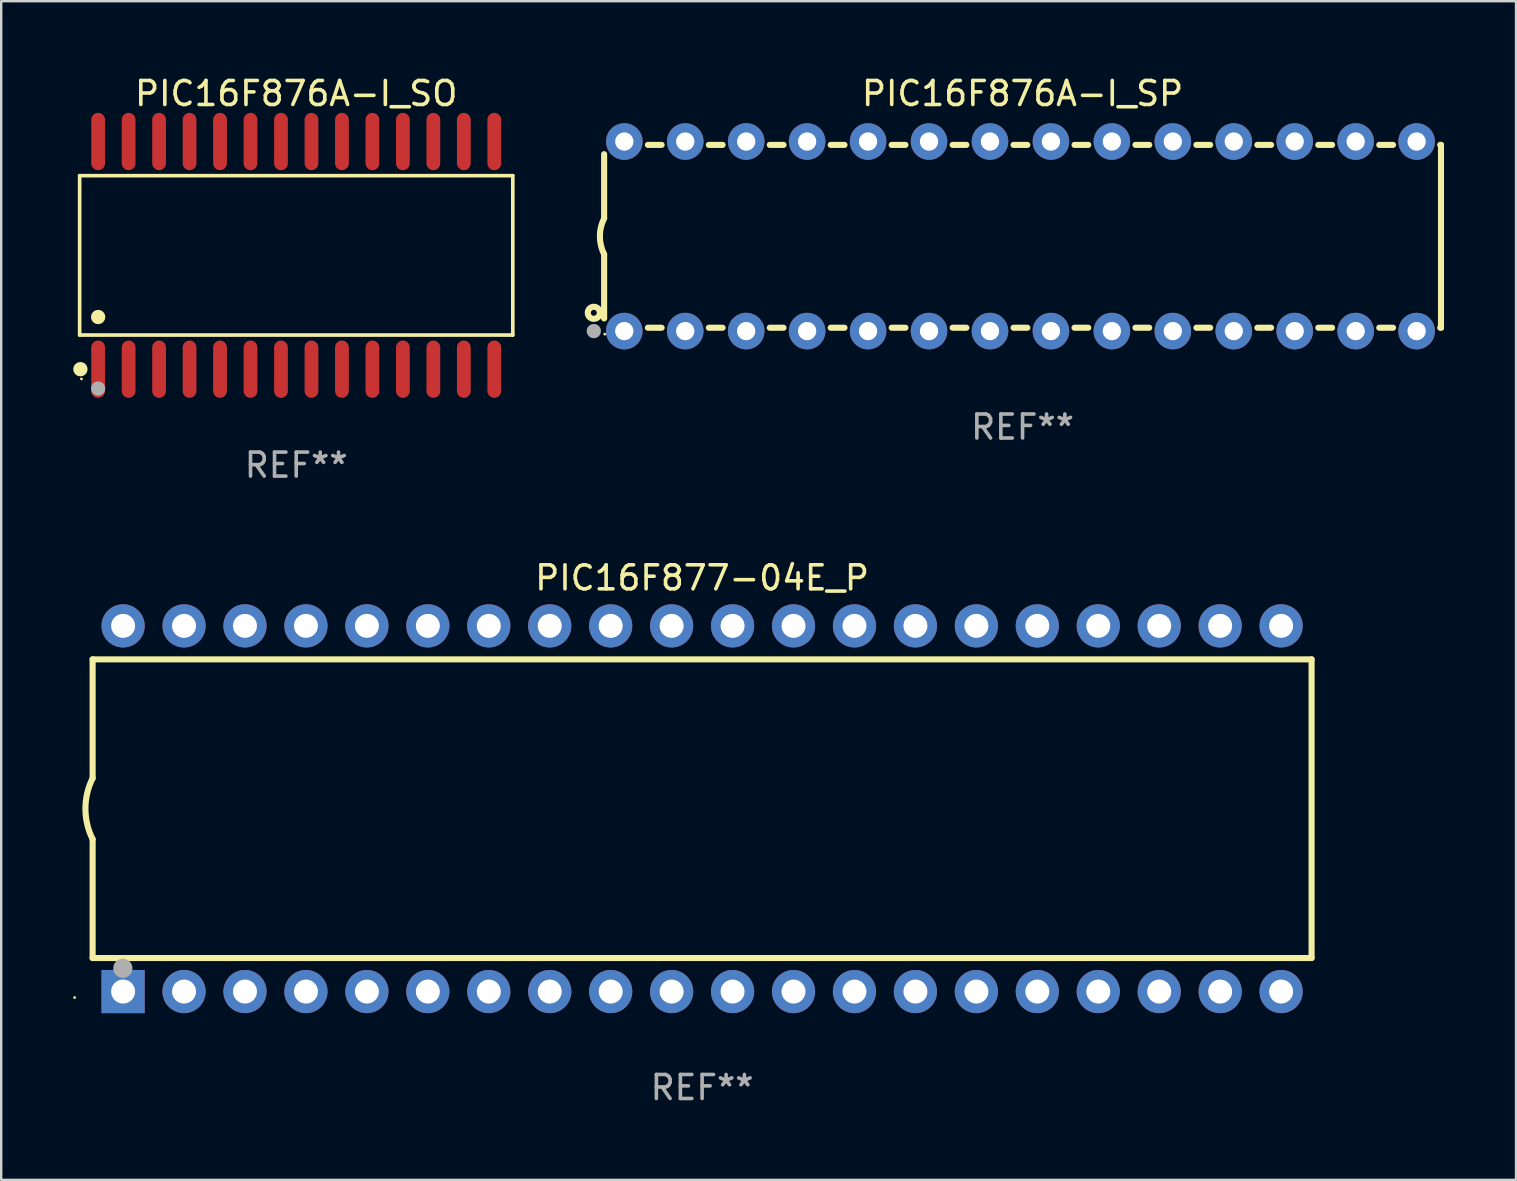
<source format=kicad_pcb>
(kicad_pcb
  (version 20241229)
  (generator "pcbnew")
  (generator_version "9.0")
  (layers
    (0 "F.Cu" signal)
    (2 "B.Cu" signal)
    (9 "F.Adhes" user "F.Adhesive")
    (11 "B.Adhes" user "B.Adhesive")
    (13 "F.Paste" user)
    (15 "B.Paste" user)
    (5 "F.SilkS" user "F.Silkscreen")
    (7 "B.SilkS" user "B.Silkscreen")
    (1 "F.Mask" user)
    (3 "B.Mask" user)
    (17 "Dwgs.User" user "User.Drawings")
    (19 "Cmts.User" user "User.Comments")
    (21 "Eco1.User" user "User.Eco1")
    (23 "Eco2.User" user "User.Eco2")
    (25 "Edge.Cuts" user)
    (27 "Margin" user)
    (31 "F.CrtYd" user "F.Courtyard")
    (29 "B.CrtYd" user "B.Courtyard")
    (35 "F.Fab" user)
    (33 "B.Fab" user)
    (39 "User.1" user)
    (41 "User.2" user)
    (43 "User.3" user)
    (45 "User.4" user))
  (footprint "PIC16F877-04E_P"
    (layer "F.Cu")
    (at 26.21 30.653)
    (property "Reference" "PIC16F877-04E_P" (at 0 -9.62 0) (layer "F.SilkS") (effects (font (size 1 1) (thickness 0.15))))
    (attr through_hole)
    (fp_line (start -25.4 -6.224) (end -25.4 -1.271) (stroke (width 0.254) (type solid)) (layer "F.SilkS"))
    (fp_line (start -25.4 -6.224) (end 25.4 -6.224) (stroke (width 0.254) (type solid)) (layer "F.SilkS"))
    (fp_line (start -25.4 1.269) (end -25.4 6.222) (stroke (width 0.254) (type solid)) (layer "F.SilkS"))
    (fp_line (start -25.4 6.222) (end 25.4 6.222) (stroke (width 0.254) (type solid)) (layer "F.SilkS"))
    (fp_line (start 25.4 6.222) (end 25.4 -6.224) (stroke (width 0.254) (type solid)) (layer "F.SilkS"))
    (fp_arc (start -25.4 1.269241) (mid -25.699807 -0.000762) (end -25.4 -1.270765) (stroke (width 0.254001) (type solid)) (layer "F.SilkS"))
    (fp_circle (center -26.15 7.87) (end -26.12 7.87) (stroke (width 0.06) (type solid)) (fill no) (layer "F.SilkS"))
    (fp_circle (center -24.14 6.65) (end -23.94 6.65) (stroke (width 0.4) (type solid)) (fill no) (layer "F.Fab"))
    (fp_text user "REF**" (at 0 11.62 0) (layer "F.Fab") (effects (font (size 1 1) (thickness 0.15))))
    (pad "1" thru_hole rect (at -24.13 7.62 90) (size 1.8 1.8) (drill 1) (layers "*.Cu" "*.Mask"))
    (pad "2" thru_hole circle (at -21.59 7.62) (size 1.8 1.8) (drill 1) (layers "*.Cu" "*.Mask"))
    (pad "3" thru_hole circle (at -19.05 7.62) (size 1.8 1.8) (drill 1) (layers "*.Cu" "*.Mask"))
    (pad "4" thru_hole circle (at -16.51 7.62) (size 1.8 1.8) (drill 1) (layers "*.Cu" "*.Mask"))
    (pad "5" thru_hole circle (at -13.97 7.62) (size 1.8 1.8) (drill 1) (layers "*.Cu" "*.Mask"))
    (pad "6" thru_hole circle (at -11.43 7.62) (size 1.8 1.8) (drill 1) (layers "*.Cu" "*.Mask"))
    (pad "7" thru_hole circle (at -8.89 7.62) (size 1.8 1.8) (drill 1) (layers "*.Cu" "*.Mask"))
    (pad "8" thru_hole circle (at -6.35 7.62) (size 1.8 1.8) (drill 1) (layers "*.Cu" "*.Mask"))
    (pad "9" thru_hole circle (at -3.81 7.62) (size 1.8 1.8) (drill 1) (layers "*.Cu" "*.Mask"))
    (pad "10" thru_hole circle (at -1.27 7.62) (size 1.8 1.8) (drill 1) (layers "*.Cu" "*.Mask"))
    (pad "11" thru_hole circle (at 1.27 7.62) (size 1.8 1.8) (drill 1) (layers "*.Cu" "*.Mask"))
    (pad "12" thru_hole circle (at 3.81 7.62) (size 1.8 1.8) (drill 1) (layers "*.Cu" "*.Mask"))
    (pad "13" thru_hole circle (at 6.35 7.62) (size 1.8 1.8) (drill 1) (layers "*.Cu" "*.Mask"))
    (pad "14" thru_hole circle (at 8.89 7.62) (size 1.8 1.8) (drill 1) (layers "*.Cu" "*.Mask"))
    (pad "15" thru_hole circle (at 11.43 7.62) (size 1.8 1.8) (drill 1) (layers "*.Cu" "*.Mask"))
    (pad "16" thru_hole circle (at 13.97 7.62) (size 1.8 1.8) (drill 1) (layers "*.Cu" "*.Mask"))
    (pad "17" thru_hole circle (at 16.51 7.62) (size 1.8 1.8) (drill 1) (layers "*.Cu" "*.Mask"))
    (pad "18" thru_hole circle (at 19.05 7.62) (size 1.8 1.8) (drill 1) (layers "*.Cu" "*.Mask"))
    (pad "19" thru_hole circle (at 21.59 7.62) (size 1.8 1.8) (drill 1) (layers "*.Cu" "*.Mask"))
    (pad "20" thru_hole circle (at 24.13 7.62) (size 1.8 1.8) (drill 1) (layers "*.Cu" "*.Mask"))
    (pad "21" thru_hole circle (at 24.13 -7.62) (size 1.8 1.8) (drill 1) (layers "*.Cu" "*.Mask"))
    (pad "22" thru_hole circle (at 21.59 -7.62) (size 1.8 1.8) (drill 1) (layers "*.Cu" "*.Mask"))
    (pad "23" thru_hole circle (at 19.05 -7.62) (size 1.8 1.8) (drill 1) (layers "*.Cu" "*.Mask"))
    (pad "24" thru_hole circle (at 16.51 -7.62) (size 1.8 1.8) (drill 1) (layers "*.Cu" "*.Mask"))
    (pad "25" thru_hole circle (at 13.97 -7.62) (size 1.8 1.8) (drill 1) (layers "*.Cu" "*.Mask"))
    (pad "26" thru_hole circle (at 11.43 -7.62) (size 1.8 1.8) (drill 1) (layers "*.Cu" "*.Mask"))
    (pad "27" thru_hole circle (at 8.89 -7.62) (size 1.8 1.8) (drill 1) (layers "*.Cu" "*.Mask"))
    (pad "28" thru_hole circle (at 6.35 -7.62) (size 1.8 1.8) (drill 1) (layers "*.Cu" "*.Mask"))
    (pad "29" thru_hole circle (at 3.81 -7.62) (size 1.8 1.8) (drill 1) (layers "*.Cu" "*.Mask"))
    (pad "30" thru_hole circle (at 1.27 -7.62) (size 1.8 1.8) (drill 1) (layers "*.Cu" "*.Mask"))
    (pad "31" thru_hole circle (at -1.27 -7.62) (size 1.8 1.8) (drill 1) (layers "*.Cu" "*.Mask"))
    (pad "32" thru_hole circle (at -3.81 -7.62) (size 1.8 1.8) (drill 1) (layers "*.Cu" "*.Mask"))
    (pad "33" thru_hole circle (at -6.35 -7.62) (size 1.8 1.8) (drill 1) (layers "*.Cu" "*.Mask"))
    (pad "34" thru_hole circle (at -8.89 -7.62) (size 1.8 1.8) (drill 1) (layers "*.Cu" "*.Mask"))
    (pad "35" thru_hole circle (at -11.43 -7.62) (size 1.8 1.8) (drill 1) (layers "*.Cu" "*.Mask"))
    (pad "36" thru_hole circle (at -13.97 -7.62) (size 1.8 1.8) (drill 1) (layers "*.Cu" "*.Mask"))
    (pad "37" thru_hole circle (at -16.51 -7.62) (size 1.8 1.8) (drill 1) (layers "*.Cu" "*.Mask"))
    (pad "38" thru_hole circle (at -19.05 -7.62) (size 1.8 1.8) (drill 1) (layers "*.Cu" "*.Mask"))
    (pad "39" thru_hole circle (at -21.59 -7.62) (size 1.8 1.8) (drill 1) (layers "*.Cu" "*.Mask"))
    (pad "40" thru_hole circle (at -24.13 -7.62) (size 1.8 1.8) (drill 1) (layers "*.Cu" "*.Mask")))
  (footprint "PIC16F876A-I_SO"
    (layer "F.Cu")
    (at 9.295 7.592)
    (property "Reference" "PIC16F876A-I_SO" (at 0 -6.744 0) (layer "F.SilkS") (effects (font (size 1 1) (thickness 0.15))))
    (attr through_hole)
    (fp_line (start -9.026 -3.321) (end 9.026 -3.321) (stroke (width 0.152) (type solid)) (layer "F.SilkS"))
    (fp_line (start -9.026 3.321) (end -9.026 -3.321) (stroke (width 0.152) (type solid)) (layer "F.SilkS"))
    (fp_line (start 9.026 -3.321) (end 9.026 3.321) (stroke (width 0.152) (type solid)) (layer "F.SilkS"))
    (fp_line (start 9.026 3.321) (end -9.026 3.321) (stroke (width 0.152) (type solid)) (layer "F.SilkS"))
    (fp_circle (center -8.994 4.744) (end -8.844 4.744) (stroke (width 0.3) (type solid)) (fill no) (layer "F.SilkS"))
    (fp_circle (center -8.95 5.15) (end -8.92 5.15) (stroke (width 0.06) (type solid)) (fill no) (layer "F.SilkS"))
    (fp_circle (center -8.255 2.569) (end -8.105 2.569) (stroke (width 0.3) (type solid)) (fill no) (layer "F.SilkS"))
    (fp_circle (center -8.255 5.55) (end -8.105 5.55) (stroke (width 0.3) (type solid)) (fill no) (layer "F.Fab"))
    (fp_text user "REF**" (at 0 8.744 0) (layer "F.Fab") (effects (font (size 1 1) (thickness 0.15))))
    (pad "1" smd oval (at -8.255 4.744) (size 0.574 2.388) (layers "F.Cu" "F.Mask" "F.Paste"))
    (pad "2" smd oval (at -6.985 4.744) (size 0.574 2.388) (layers "F.Cu" "F.Mask" "F.Paste"))
    (pad "3" smd oval (at -5.715 4.744) (size 0.574 2.388) (layers "F.Cu" "F.Mask" "F.Paste"))
    (pad "4" smd oval (at -4.445 4.744) (size 0.574 2.388) (layers "F.Cu" "F.Mask" "F.Paste"))
    (pad "5" smd oval (at -3.175 4.744) (size 0.574 2.388) (layers "F.Cu" "F.Mask" "F.Paste"))
    (pad "6" smd oval (at -1.905 4.744) (size 0.574 2.388) (layers "F.Cu" "F.Mask" "F.Paste"))
    (pad "7" smd oval (at -0.635 4.744) (size 0.574 2.388) (layers "F.Cu" "F.Mask" "F.Paste"))
    (pad "8" smd oval (at 0.635 4.744) (size 0.574 2.388) (layers "F.Cu" "F.Mask" "F.Paste"))
    (pad "9" smd oval (at 1.905 4.744) (size 0.574 2.388) (layers "F.Cu" "F.Mask" "F.Paste"))
    (pad "10" smd oval (at 3.175 4.744) (size 0.574 2.388) (layers "F.Cu" "F.Mask" "F.Paste"))
    (pad "11" smd oval (at 4.445 4.744) (size 0.574 2.388) (layers "F.Cu" "F.Mask" "F.Paste"))
    (pad "12" smd oval (at 5.715 4.744) (size 0.574 2.388) (layers "F.Cu" "F.Mask" "F.Paste"))
    (pad "13" smd oval (at 6.985 4.744) (size 0.574 2.388) (layers "F.Cu" "F.Mask" "F.Paste"))
    (pad "14" smd oval (at 8.255 4.744) (size 0.574 2.388) (layers "F.Cu" "F.Mask" "F.Paste"))
    (pad "15" smd oval (at 8.255 -4.744) (size 0.574 2.388) (layers "F.Cu" "F.Mask" "F.Paste"))
    (pad "16" smd oval (at 6.985 -4.744) (size 0.574 2.388) (layers "F.Cu" "F.Mask" "F.Paste"))
    (pad "17" smd oval (at 5.715 -4.744) (size 0.574 2.388) (layers "F.Cu" "F.Mask" "F.Paste"))
    (pad "18" smd oval (at 4.445 -4.744) (size 0.574 2.388) (layers "F.Cu" "F.Mask" "F.Paste"))
    (pad "19" smd oval (at 3.175 -4.744) (size 0.574 2.388) (layers "F.Cu" "F.Mask" "F.Paste"))
    (pad "20" smd oval (at 1.905 -4.744) (size 0.574 2.388) (layers "F.Cu" "F.Mask" "F.Paste"))
    (pad "21" smd oval (at 0.635 -4.744) (size 0.574 2.388) (layers "F.Cu" "F.Mask" "F.Paste"))
    (pad "22" smd oval (at -0.635 -4.744) (size 0.574 2.388) (layers "F.Cu" "F.Mask" "F.Paste"))
    (pad "23" smd oval (at -1.905 -4.744) (size 0.574 2.388) (layers "F.Cu" "F.Mask" "F.Paste"))
    (pad "24" smd oval (at -3.175 -4.744) (size 0.574 2.388) (layers "F.Cu" "F.Mask" "F.Paste"))
    (pad "25" smd oval (at -4.445 -4.744) (size 0.574 2.388) (layers "F.Cu" "F.Mask" "F.Paste"))
    (pad "26" smd oval (at -5.715 -4.744) (size 0.574 2.388) (layers "F.Cu" "F.Mask" "F.Paste"))
    (pad "27" smd oval (at -6.985 -4.744) (size 0.574 2.388) (layers "F.Cu" "F.Mask" "F.Paste"))
    (pad "28" smd oval (at -8.255 -4.744) (size 0.574 2.388) (layers "F.Cu" "F.Mask" "F.Paste")))
  (footprint "PIC16F876A-I_SP"
    (layer "F.Cu")
    (at 39.565 6.798)
    (property "Reference" "PIC16F876A-I_SP" (at 0 -5.95 0) (layer "F.SilkS") (effects (font (size 1 1) (thickness 0.15))))
    (attr through_hole)
    (fp_line (start -17.438 0.75) (end -17.438 3.423) (stroke (width 0.254) (type solid)) (layer "F.SilkS"))
    (fp_line (start -17.438 -3.423) (end -17.438 -0.75) (stroke (width 0.254) (type solid)) (layer "F.SilkS"))
    (fp_line (start -15.615 3.81) (end -15.041 3.81) (stroke (width 0.254) (type solid)) (layer "F.SilkS"))
    (fp_line (start -15.041 -3.81) (end -15.614 -3.81) (stroke (width 0.254) (type solid)) (layer "F.SilkS"))
    (fp_line (start -13.075 3.81) (end -12.501 3.81) (stroke (width 0.254) (type solid)) (layer "F.SilkS"))
    (fp_line (start -12.501 -3.81) (end -13.074 -3.81) (stroke (width 0.254) (type solid)) (layer "F.SilkS"))
    (fp_line (start -10.535 3.81) (end -9.961 3.81) (stroke (width 0.254) (type solid)) (layer "F.SilkS"))
    (fp_line (start -9.961 -3.81) (end -10.534 -3.81) (stroke (width 0.254) (type solid)) (layer "F.SilkS"))
    (fp_line (start -7.995 3.81) (end -7.421 3.81) (stroke (width 0.254) (type solid)) (layer "F.SilkS"))
    (fp_line (start -7.421 -3.81) (end -7.995 -3.81) (stroke (width 0.254) (type solid)) (layer "F.SilkS"))
    (fp_line (start -5.455 3.81) (end -4.881 3.81) (stroke (width 0.254) (type solid)) (layer "F.SilkS"))
    (fp_line (start -4.881 -3.81) (end -5.455 -3.81) (stroke (width 0.254) (type solid)) (layer "F.SilkS"))
    (fp_line (start -2.915 3.81) (end -2.341 3.81) (stroke (width 0.254) (type solid)) (layer "F.SilkS"))
    (fp_line (start -2.341 -3.81) (end -2.915 -3.81) (stroke (width 0.254) (type solid)) (layer "F.SilkS"))
    (fp_line (start -0.375 3.81) (end 0.199 3.81) (stroke (width 0.254) (type solid)) (layer "F.SilkS"))
    (fp_line (start 0.199 -3.81) (end -0.375 -3.81) (stroke (width 0.254) (type solid)) (layer "F.SilkS"))
    (fp_line (start 2.165 3.81) (end 2.739 3.81) (stroke (width 0.254) (type solid)) (layer "F.SilkS"))
    (fp_line (start 2.739 -3.81) (end 2.165 -3.81) (stroke (width 0.254) (type solid)) (layer "F.SilkS"))
    (fp_line (start 4.705 3.81) (end 5.279 3.81) (stroke (width 0.254) (type solid)) (layer "F.SilkS"))
    (fp_line (start 5.279 -3.81) (end 4.705 -3.81) (stroke (width 0.254) (type solid)) (layer "F.SilkS"))
    (fp_line (start 7.245 3.81) (end 7.819 3.81) (stroke (width 0.254) (type solid)) (layer "F.SilkS"))
    (fp_line (start 7.819 -3.81) (end 7.245 -3.81) (stroke (width 0.254) (type solid)) (layer "F.SilkS"))
    (fp_line (start 9.785 3.81) (end 10.359 3.81) (stroke (width 0.254) (type solid)) (layer "F.SilkS"))
    (fp_line (start 10.359 -3.81) (end 9.785 -3.81) (stroke (width 0.254) (type solid)) (layer "F.SilkS"))
    (fp_line (start 12.325 3.81) (end 12.899 3.81) (stroke (width 0.254) (type solid)) (layer "F.SilkS"))
    (fp_line (start 12.899 -3.81) (end 12.325 -3.81) (stroke (width 0.254) (type solid)) (layer "F.SilkS"))
    (fp_line (start 14.865 3.81) (end 15.439 3.81) (stroke (width 0.254) (type solid)) (layer "F.SilkS"))
    (fp_line (start 15.439 -3.81) (end 14.865 -3.81) (stroke (width 0.254) (type solid)) (layer "F.SilkS"))
    (fp_line (start 17.405 3.81) (end 17.438 3.81) (stroke (width 0.254) (type solid)) (layer "F.SilkS"))
    (fp_line (start 17.438 -3.81) (end 17.405 -3.81) (stroke (width 0.254) (type solid)) (layer "F.SilkS"))
    (fp_line (start 17.438 -3.556) (end 17.438 -3.81) (stroke (width 0.254) (type solid)) (layer "F.SilkS"))
    (fp_line (start 17.438 3.81) (end 17.438 -3.556) (stroke (width 0.254) (type solid)) (layer "F.SilkS"))
    (fp_arc (start -17.437986 0.749657) (mid -17.614887 -0.000024) (end -17.437783 -0.749657) (stroke (width 0.254001) (type solid)) (layer "F.SilkS"))
    (fp_circle (center -17.868 3.188) (end -17.743 3.188) (stroke (width 0.254) (type solid)) (fill no) (layer "F.SilkS"))
    (fp_circle (center -17.411 4.077) (end -17.381 4.077) (stroke (width 0.06) (type solid)) (fill no) (layer "F.SilkS"))
    (fp_circle (center -17.868 3.95) (end -17.718 3.95) (stroke (width 0.3) (type solid)) (fill no) (layer "F.Fab"))
    (fp_text user "REF**" (at 0 7.95 0) (layer "F.Fab") (effects (font (size 1 1) (thickness 0.15))))
    (pad "1" thru_hole circle (at -16.598 3.95) (size 1.524 1.524) (drill 0.762) (layers "*.Cu" "*.Mask"))
    (pad "2" thru_hole circle (at -14.058 3.95) (size 1.524 1.524) (drill 0.762) (layers "*.Cu" "*.Mask"))
    (pad "3" thru_hole circle (at -11.518 3.95) (size 1.524 1.524) (drill 0.762) (layers "*.Cu" "*.Mask"))
    (pad "4" thru_hole circle (at -8.978 3.95) (size 1.524 1.524) (drill 0.762) (layers "*.Cu" "*.Mask"))
    (pad "5" thru_hole circle (at -6.438 3.95) (size 1.524 1.524) (drill 0.762) (layers "*.Cu" "*.Mask"))
    (pad "6" thru_hole circle (at -3.898 3.95) (size 1.524 1.524) (drill 0.762) (layers "*.Cu" "*.Mask"))
    (pad "7" thru_hole circle (at -1.358 3.95) (size 1.524 1.524) (drill 0.762) (layers "*.Cu" "*.Mask"))
    (pad "8" thru_hole circle (at 1.182 3.95) (size 1.524 1.524) (drill 0.762) (layers "*.Cu" "*.Mask"))
    (pad "9" thru_hole circle (at 3.722 3.95) (size 1.524 1.524) (drill 0.762) (layers "*.Cu" "*.Mask"))
    (pad "10" thru_hole circle (at 6.262 3.95) (size 1.524 1.524) (drill 0.762) (layers "*.Cu" "*.Mask"))
    (pad "11" thru_hole circle (at 8.802 3.95) (size 1.524 1.524) (drill 0.762) (layers "*.Cu" "*.Mask"))
    (pad "12" thru_hole circle (at 11.342 3.95) (size 1.524 1.524) (drill 0.762) (layers "*.Cu" "*.Mask"))
    (pad "13" thru_hole circle (at 13.882 3.95) (size 1.524 1.524) (drill 0.762) (layers "*.Cu" "*.Mask"))
    (pad "14" thru_hole circle (at 16.422 3.95) (size 1.524 1.524) (drill 0.762) (layers "*.Cu" "*.Mask"))
    (pad "15" thru_hole circle (at 16.422 -3.95) (size 1.524 1.524) (drill 0.762) (layers "*.Cu" "*.Mask"))
    (pad "16" thru_hole circle (at 13.882 -3.95) (size 1.524 1.524) (drill 0.762) (layers "*.Cu" "*.Mask"))
    (pad "17" thru_hole circle (at 11.342 -3.95) (size 1.524 1.524) (drill 0.762) (layers "*.Cu" "*.Mask"))
    (pad "18" thru_hole circle (at 8.802 -3.95) (size 1.524 1.524) (drill 0.762) (layers "*.Cu" "*.Mask"))
    (pad "19" thru_hole circle (at 6.262 -3.95) (size 1.524 1.524) (drill 0.762) (layers "*.Cu" "*.Mask"))
    (pad "20" thru_hole circle (at 3.722 -3.95) (size 1.524 1.524) (drill 0.762) (layers "*.Cu" "*.Mask"))
    (pad "21" thru_hole circle (at 1.182 -3.95) (size 1.524 1.524) (drill 0.762) (layers "*.Cu" "*.Mask"))
    (pad "22" thru_hole circle (at -1.358 -3.95) (size 1.524 1.524) (drill 0.762) (layers "*.Cu" "*.Mask"))
    (pad "23" thru_hole circle (at -3.898 -3.95) (size 1.524 1.524) (drill 0.762) (layers "*.Cu" "*.Mask"))
    (pad "24" thru_hole circle (at -6.438 -3.95) (size 1.524 1.524) (drill 0.762) (layers "*.Cu" "*.Mask"))
    (pad "25" thru_hole circle (at -8.978 -3.95) (size 1.524 1.524) (drill 0.762) (layers "*.Cu" "*.Mask"))
    (pad "26" thru_hole circle (at -11.517 -3.95) (size 1.524 1.524) (drill 0.762) (layers "*.Cu" "*.Mask"))
    (pad "27" thru_hole circle (at -14.057 -3.95) (size 1.524 1.524) (drill 0.762) (layers "*.Cu" "*.Mask"))
    (pad "28" thru_hole circle (at -16.597 -3.95) (size 1.524 1.524) (drill 0.762) (layers "*.Cu" "*.Mask")))
  (gr_rect
    (start -3 -3)
    (end 60.13 46.121)
    (stroke (width 0.1) (type default))
    (fill no)
    (layer "Edge.Cuts")))
</source>
